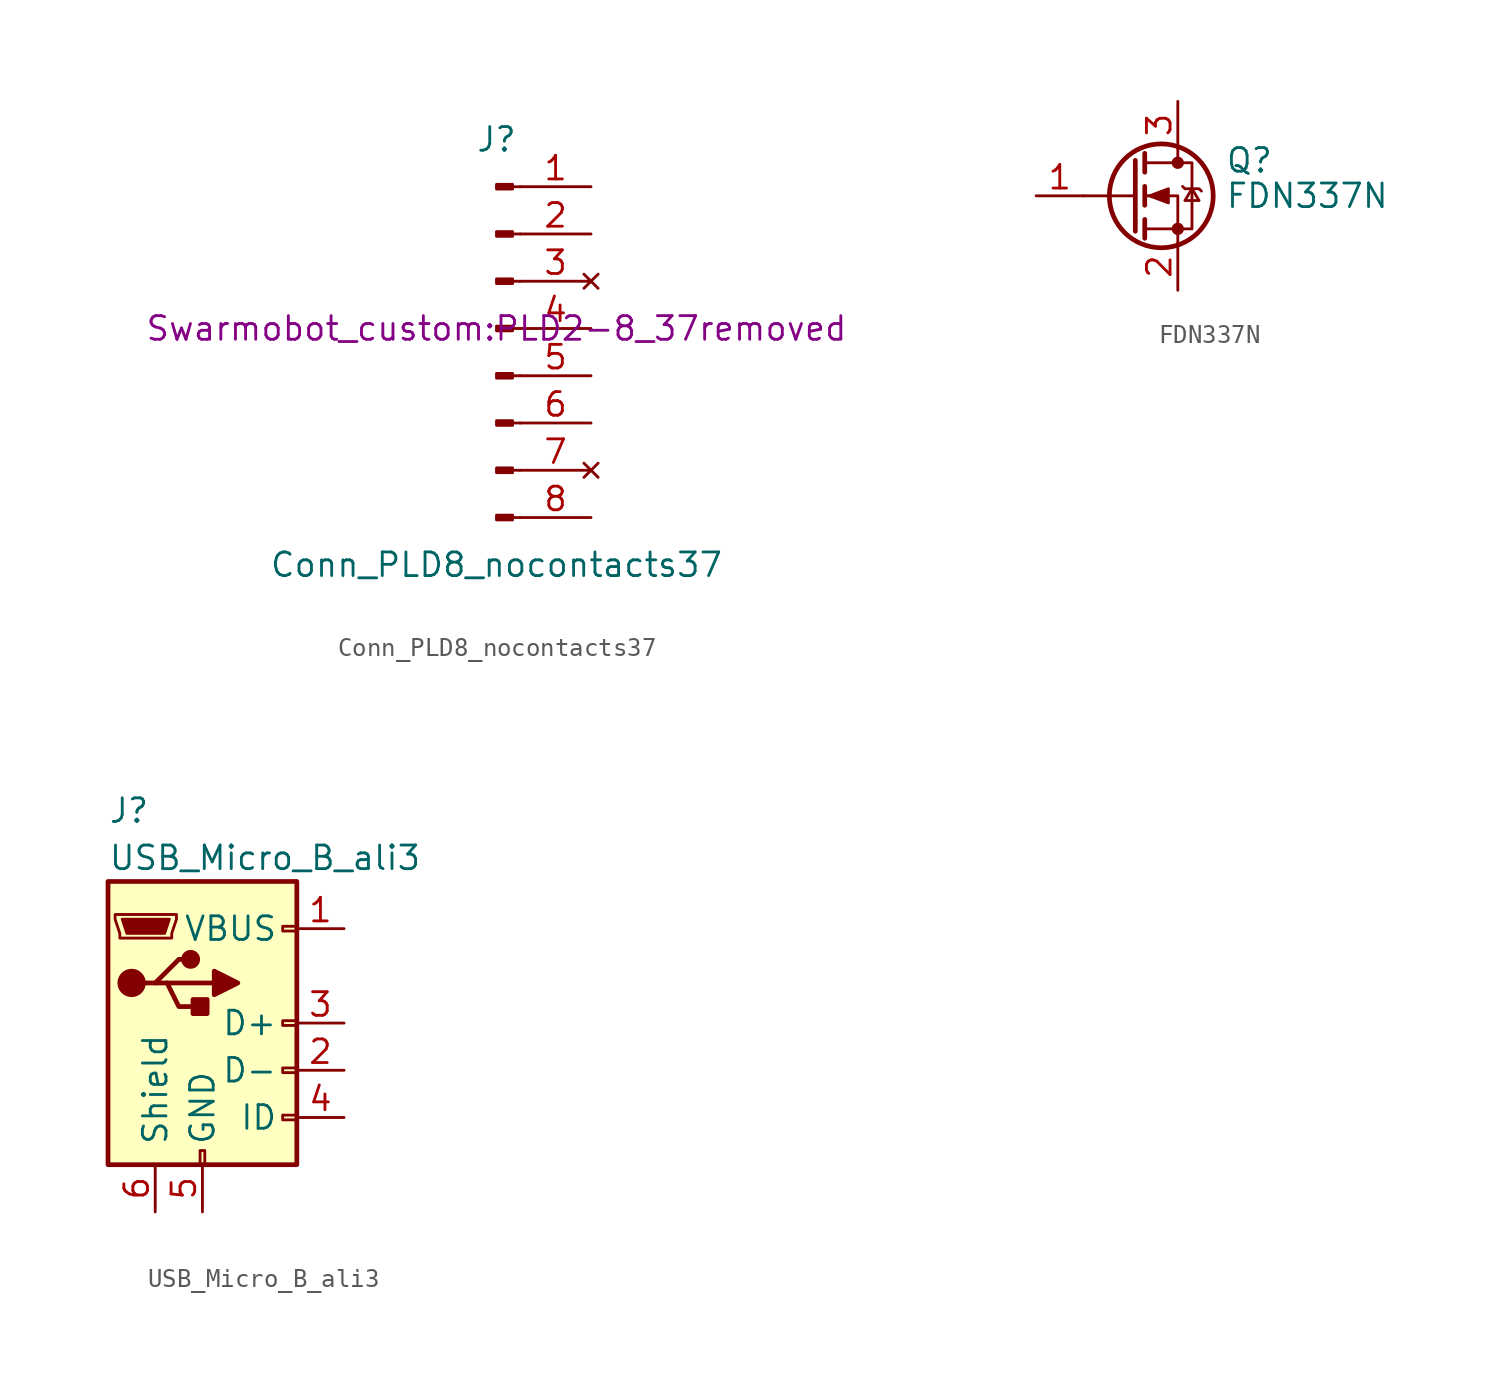
<source format=kicad_sym>
(kicad_symbol_lib
  (version 20211014)
  (generator kicad_symbol_editor)
  (symbol "Conn_PLD8_nocontacts37"
    (pin_names
      (offset 1.016) hide)
    (property "Reference" "J"
      (at 0 10.16 0)
      (effects (font (size 1.27 1.27))))
    (property "Value" "Conn_PLD8_nocontacts37"
      (at 0 -12.7 0)
      (effects (font (size 1.27 1.27))))
    (property "Footprint" "Swarmobot_custom:PLD2-8_37removed"
      (at 0 0 0)
      (effects (font (size 1.27 1.27))))
    (symbol "Conn_PLD8_nocontacts37_1_1"
      (polyline (pts (xy 1.27 -10.16) (xy 0.864 -10.16)) (stroke (width 0.152) (type default) (color 0 0 0 0)) (fill (type none)))
      (polyline (pts (xy 1.27 -7.62) (xy 0.864 -7.62)) (stroke (width 0.152) (type default) (color 0 0 0 0)) (fill (type none)))
      (polyline (pts (xy 1.27 -5.08) (xy 0.864 -5.08)) (stroke (width 0.152) (type default) (color 0 0 0 0)) (fill (type none)))
      (polyline (pts (xy 1.27 -2.54) (xy 0.864 -2.54)) (stroke (width 0.152) (type default) (color 0 0 0 0)) (fill (type none)))
      (polyline (pts (xy 1.27 0) (xy 0.864 0)) (stroke (width 0.152) (type default) (color 0 0 0 0)) (fill (type none)))
      (polyline (pts (xy 1.27 2.54) (xy 0.864 2.54)) (stroke (width 0.152) (type default) (color 0 0 0 0)) (fill (type none)))
      (polyline (pts (xy 1.27 5.08) (xy 0.864 5.08)) (stroke (width 0.152) (type default) (color 0 0 0 0)) (fill (type none)))
      (polyline (pts (xy 1.27 7.62) (xy 0.864 7.62)) (stroke (width 0.152) (type default) (color 0 0 0 0)) (fill (type none)))
      (rectangle (start 0.864 -10.033) (end 0 -10.287) (stroke (width 0.152) (type default) (color 0 0 0 0)) (fill (type outline)))
      (rectangle (start 0.864 -7.493) (end 0 -7.747) (stroke (width 0.152) (type default) (color 0 0 0 0)) (fill (type outline)))
      (rectangle (start 0.864 -4.953) (end 0 -5.207) (stroke (width 0.152) (type default) (color 0 0 0 0)) (fill (type outline)))
      (rectangle (start 0.864 -2.413) (end 0 -2.667) (stroke (width 0.152) (type default) (color 0 0 0 0)) (fill (type outline)))
      (rectangle (start 0.864 0.127) (end 0 -0.127) (stroke (width 0.152) (type default) (color 0 0 0 0)) (fill (type outline)))
      (rectangle (start 0.864 2.667) (end 0 2.413) (stroke (width 0.152) (type default) (color 0 0 0 0)) (fill (type outline)))
      (rectangle (start 0.864 5.207) (end 0 4.953) (stroke (width 0.152) (type default) (color 0 0 0 0)) (fill (type outline)))
      (rectangle (start 0.864 7.747) (end 0 7.493) (stroke (width 0.152) (type default) (color 0 0 0 0)) (fill (type outline)))
      (pin passive line (at 5.08 7.62 180) (length 3.81) (name "Pin_1" (effects (font (size 1.27 1.27)))) (number "1" (effects (font (size 1.27 1.27)))))
      (pin passive line (at 5.08 5.08 180) (length 3.81) (name "Pin_2" (effects (font (size 1.27 1.27)))) (number "2" (effects (font (size 1.27 1.27)))))
      (pin no_connect line (at 5.08 2.54 180) (length 3.81) (name "Pin_3" (effects (font (size 1.27 1.27)))) (number "3" (effects (font (size 1.27 1.27)))))
      (pin passive line (at 5.08 0 180) (length 3.81) (name "Pin_4" (effects (font (size 1.27 1.27)))) (number "4" (effects (font (size 1.27 1.27)))))
      (pin passive line (at 5.08 -2.54 180) (length 3.81) (name "Pin_5" (effects (font (size 1.27 1.27)))) (number "5" (effects (font (size 1.27 1.27)))))
      (pin passive line (at 5.08 -5.08 180) (length 3.81) (name "Pin_6" (effects (font (size 1.27 1.27)))) (number "6" (effects (font (size 1.27 1.27)))))
      (pin no_connect line (at 5.08 -7.62 180) (length 3.81) (name "Pin_7" (effects (font (size 1.27 1.27)))) (number "7" (effects (font (size 1.27 1.27)))))
      (pin passive line (at 5.08 -10.16 180) (length 3.81) (name "Pin_8" (effects (font (size 1.27 1.27)))) (number "8" (effects (font (size 1.27 1.27)))))))
  (symbol "FDN337N"
    (pin_names hide)
    (property "Reference" "Q"
      (at 5.08 1.905 0)
      (effects (font (size 1.27 1.27)) (justify left)))
    (property "Value" "FDN337N"
      (at 5.08 0 0)
      (effects (font (size 1.27 1.27)) (justify left)))
    (symbol "FDN337N_0_1"
      (polyline (pts (xy 0.254 0) (xy -2.54 0)) (stroke (width 0) (type default) (color 0 0 0 0)) (fill (type none)))
      (polyline (pts (xy 0.254 1.905) (xy 0.254 -1.905)) (stroke (width 0.254) (type default) (color 0 0 0 0)) (fill (type none)))
      (polyline (pts (xy 0.762 -1.27) (xy 0.762 -2.286)) (stroke (width 0.254) (type default) (color 0 0 0 0)) (fill (type none)))
      (polyline (pts (xy 0.762 0.508) (xy 0.762 -0.508)) (stroke (width 0.254) (type default) (color 0 0 0 0)) (fill (type none)))
      (polyline (pts (xy 0.762 2.286) (xy 0.762 1.27)) (stroke (width 0.254) (type default) (color 0 0 0 0)) (fill (type none)))
      (polyline (pts (xy 2.54 2.54) (xy 2.54 1.778)) (stroke (width 0) (type default) (color 0 0 0 0)) (fill (type none)))
      (polyline (pts (xy 2.54 -2.54) (xy 2.54 0) (xy 0.762 0)) (stroke (width 0) (type default) (color 0 0 0 0)) (fill (type none)))
      (polyline (pts (xy 0.762 -1.778) (xy 3.302 -1.778) (xy 3.302 1.778) (xy 0.762 1.778)) (stroke (width 0) (type default) (color 0 0 0 0)) (fill (type none)))
      (polyline (pts (xy 1.016 0) (xy 2.032 0.381) (xy 2.032 -0.381) (xy 1.016 0)) (stroke (width 0) (type default) (color 0 0 0 0)) (fill (type outline)))
      (polyline (pts (xy 2.794 0.508) (xy 2.921 0.381) (xy 3.683 0.381) (xy 3.81 0.254)) (stroke (width 0) (type default) (color 0 0 0 0)) (fill (type none)))
      (polyline (pts (xy 3.302 0.381) (xy 2.921 -0.254) (xy 3.683 -0.254) (xy 3.302 0.381)) (stroke (width 0) (type default) (color 0 0 0 0)) (fill (type none)))
      (circle (center 1.651 0) (radius 2.794) (stroke (width 0.254) (type default) (color 0 0 0 0)) (fill (type none)))
      (circle (center 2.54 -1.778) (radius 0.254) (stroke (width 0) (type default) (color 0 0 0 0)) (fill (type outline)))
      (circle (center 2.54 1.778) (radius 0.254) (stroke (width 0) (type default) (color 0 0 0 0)) (fill (type outline))))
    (symbol "FDN337N_1_1"
      (pin input line (at -5.08 0 0) (length 2.54) (name "G" (effects (font (size 1.27 1.27)))) (number "1" (effects (font (size 1.27 1.27)))))
      (pin passive line (at 2.54 -5.08 90) (length 2.54) (name "S" (effects (font (size 1.27 1.27)))) (number "2" (effects (font (size 1.27 1.27)))))
      (pin passive line (at 2.54 5.08 270) (length 2.54) (name "D" (effects (font (size 1.27 1.27)))) (number "3" (effects (font (size 1.27 1.27)))))))
  (symbol "USB_Micro_B_ali3"
    (pin_names
      (offset 1.016))
    (property "Reference" "J"
      (at -5.08 11.43 0)
      (effects (font (size 1.27 1.27)) (justify left)))
    (property "Value" "USB_Micro_B_ali3"
      (at -5.08 8.89 0)
      (effects (font (size 1.27 1.27)) (justify left)))
    (symbol "USB_Micro_B_ali3_0_1"
      (rectangle (start -5.08 -7.62) (end 5.08 7.62) (stroke (width 0.254) (type default) (color 0 0 0 0)) (fill (type background)))
      (circle (center -3.81 2.159) (radius 0.635) (stroke (width 0.254) (type default) (color 0 0 0 0)) (fill (type outline)))
      (circle (center -0.635 3.429) (radius 0.381) (stroke (width 0.254) (type default) (color 0 0 0 0)) (fill (type outline)))
      (rectangle (start -0.127 -7.62) (end 0.127 -6.858) (stroke (width 0) (type default) (color 0 0 0 0)) (fill (type none)))
      (polyline (pts (xy -1.905 2.159) (xy 0.635 2.159)) (stroke (width 0.254) (type default) (color 0 0 0 0)) (fill (type none)))
      (polyline (pts (xy -3.175 2.159) (xy -2.54 2.159) (xy -1.27 3.429) (xy -0.635 3.429)) (stroke (width 0.254) (type default) (color 0 0 0 0)) (fill (type none)))
      (polyline (pts (xy -2.54 2.159) (xy -1.905 2.159) (xy -1.27 0.889) (xy 0 0.889)) (stroke (width 0.254) (type default) (color 0 0 0 0)) (fill (type none)))
      (polyline (pts (xy 0.635 2.794) (xy 0.635 1.524) (xy 1.905 2.159) (xy 0.635 2.794)) (stroke (width 0.254) (type default) (color 0 0 0 0)) (fill (type outline)))
      (polyline (pts (xy -4.318 5.588) (xy -1.778 5.588) (xy -2.032 4.826) (xy -4.064 4.826) (xy -4.318 5.588)) (stroke (width 0) (type default) (color 0 0 0 0)) (fill (type outline)))
      (polyline (pts (xy -4.699 5.842) (xy -4.699 5.588) (xy -4.445 4.826) (xy -4.445 4.572) (xy -1.651 4.572) (xy -1.651 4.826) (xy -1.397 5.588) (xy -1.397 5.842) (xy -4.699 5.842)) (stroke (width 0) (type default) (color 0 0 0 0)) (fill (type none)))
      (rectangle (start 0.254 1.27) (end -0.508 0.508) (stroke (width 0.254) (type default) (color 0 0 0 0)) (fill (type outline)))
      (rectangle (start 5.08 -5.207) (end 4.318 -4.953) (stroke (width 0) (type default) (color 0 0 0 0)) (fill (type none)))
      (rectangle (start 5.08 -2.667) (end 4.318 -2.413) (stroke (width 0) (type default) (color 0 0 0 0)) (fill (type none)))
      (rectangle (start 5.08 -0.127) (end 4.318 0.127) (stroke (width 0) (type default) (color 0 0 0 0)) (fill (type none)))
      (rectangle (start 5.08 4.953) (end 4.318 5.207) (stroke (width 0) (type default) (color 0 0 0 0)) (fill (type none))))
    (symbol "USB_Micro_B_ali3_1_1"
      (pin power_out line (at 7.62 5.08 180) (length 2.54) (name "VBUS" (effects (font (size 1.27 1.27)))) (number "1" (effects (font (size 1.27 1.27)))))
      (pin bidirectional line (at 7.62 -2.54 180) (length 2.54) (name "D-" (effects (font (size 1.27 1.27)))) (number "2" (effects (font (size 1.27 1.27)))))
      (pin bidirectional line (at 7.62 0 180) (length 2.54) (name "D+" (effects (font (size 1.27 1.27)))) (number "3" (effects (font (size 1.27 1.27)))))
      (pin passive line (at 7.62 -5.08 180) (length 2.54) (name "ID" (effects (font (size 1.27 1.27)))) (number "4" (effects (font (size 1.27 1.27)))))
      (pin power_out line (at 0 -10.16 90) (length 2.54) (name "GND" (effects (font (size 1.27 1.27)))) (number "5" (effects (font (size 1.27 1.27)))))
      (pin passive line (at -2.54 -10.16 90) (length 2.54) (name "Shield" (effects (font (size 1.27 1.27)))) (number "6" (effects (font (size 1.27 1.27))))))))
</source>
